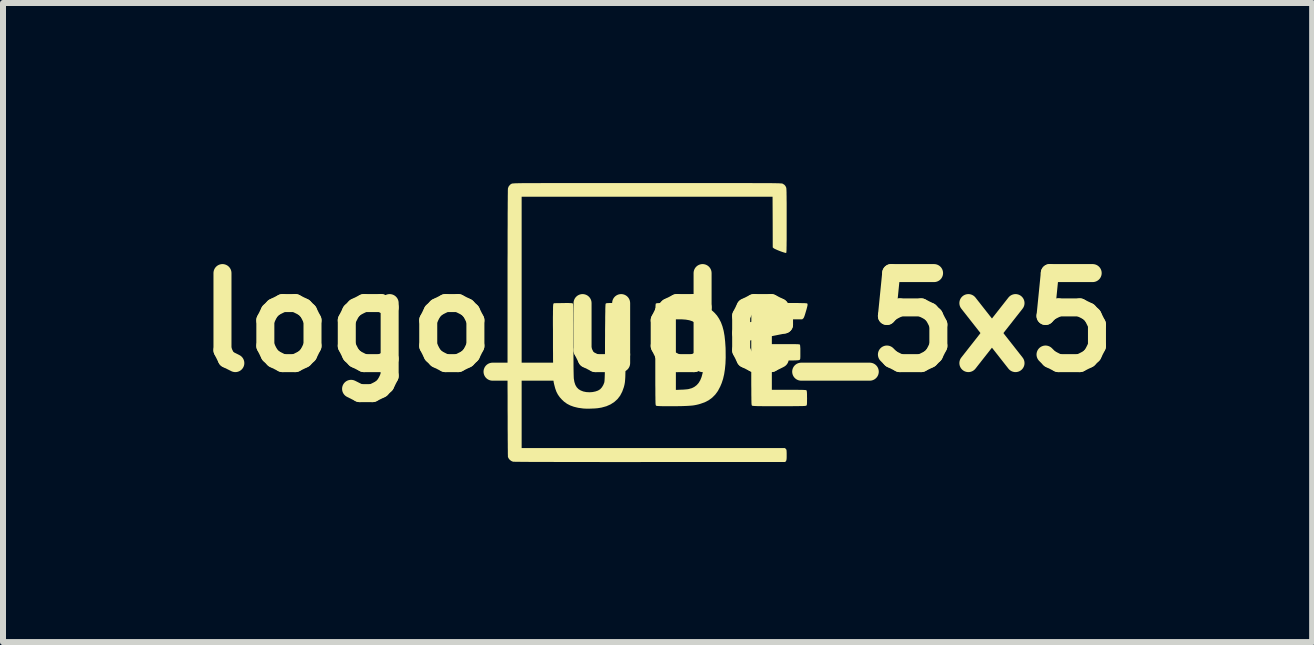
<source format=kicad_pcb>
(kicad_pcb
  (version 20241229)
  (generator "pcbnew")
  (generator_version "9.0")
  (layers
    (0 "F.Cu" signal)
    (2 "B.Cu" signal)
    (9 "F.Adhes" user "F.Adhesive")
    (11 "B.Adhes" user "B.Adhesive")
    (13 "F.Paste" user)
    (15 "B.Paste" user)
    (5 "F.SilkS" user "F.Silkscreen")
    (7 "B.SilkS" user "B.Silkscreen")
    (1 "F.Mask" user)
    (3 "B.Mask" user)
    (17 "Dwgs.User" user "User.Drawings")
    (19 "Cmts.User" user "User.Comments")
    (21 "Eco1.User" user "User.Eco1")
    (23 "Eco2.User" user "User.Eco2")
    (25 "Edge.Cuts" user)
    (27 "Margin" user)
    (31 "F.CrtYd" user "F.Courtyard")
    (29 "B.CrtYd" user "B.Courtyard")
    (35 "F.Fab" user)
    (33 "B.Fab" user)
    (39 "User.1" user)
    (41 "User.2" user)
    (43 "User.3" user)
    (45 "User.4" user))
  (footprint "logo_ude_5x5"
    (layer "F.Cu")
    (at 7.907 2.322)
    (property "Reference" "logo_ude_5x5" (at 0 0 0) (layer "F.SilkS") (effects (font (size 1.5 1.5) (thickness 0.3))))
    (attr board_only exclude_from_pos_files exclude_from_bom)
    (fp_poly (pts (xy 0.309 -0.323) (xy 0.367 -0.323) (xy 0.421 -0.322) (xy 0.47 -0.321) (xy 0.512 -0.32) (xy 0.545 -0.319) (xy 0.568 -0.318) (xy 0.574 -0.317) (xy 0.66 -0.304) (xy 0.736 -0.286) (xy 0.802 -0.261) (xy 0.862 -0.23) (xy 0.914 -0.192) (xy 0.948 -0.161) (xy 0.99 -0.114) (xy 1.025 -0.061) (xy 1.056 -0.001) (xy 1.081 0.066) (xy 1.101 0.141) (xy 1.116 0.226) (xy 1.126 0.32) (xy 1.133 0.425) (xy 1.134 0.474) (xy 1.135 0.587) (xy 1.131 0.689) (xy 1.122 0.781) (xy 1.109 0.865) (xy 1.091 0.942) (xy 1.068 1.012) (xy 1.043 1.071) (xy 1.005 1.143) (xy 0.961 1.203) (xy 0.91 1.254) (xy 0.852 1.297) (xy 0.786 1.331) (xy 0.709 1.358) (xy 0.677 1.367) (xy 0.647 1.374) (xy 0.616 1.38) (xy 0.583 1.385) (xy 0.546 1.388) (xy 0.503 1.391) (xy 0.454 1.393) (xy 0.396 1.395) (xy 0.329 1.396) (xy 0.251 1.396) (xy 0.231 1.396) (xy 0.169 1.396) (xy 0.117 1.396) (xy 0.076 1.396) (xy 0.044 1.395) (xy 0.02 1.394) (xy 0.002 1.393) (xy -0.01 1.392) (xy -0.019 1.39) (xy -0.024 1.388) (xy -0.027 1.385) (xy -0.028 1.384) (xy -0.029 1.382) (xy -0.03 1.378) (xy -0.032 1.372) (xy -0.033 1.362) (xy -0.034 1.349) (xy -0.035 1.332) (xy -0.035 1.31) (xy -0.036 1.283) (xy -0.036 1.249) (xy -0.037 1.208) (xy -0.037 1.161) (xy -0.037 1.105) (xy -0.038 1.04) (xy -0.038 0.966) (xy -0.038 0.882) (xy -0.038 0.787) (xy -0.038 0.681) (xy -0.038 0.563) (xy -0.038 0.537) (xy 0.305 0.537) (xy 0.305 1.125) (xy 0.395 1.121) (xy 0.431 1.12) (xy 0.466 1.117) (xy 0.496 1.114) (xy 0.517 1.111) (xy 0.52 1.11) (xy 0.57 1.096) (xy 0.614 1.074) (xy 0.652 1.045) (xy 0.684 1.009) (xy 0.711 0.964) (xy 0.733 0.91) (xy 0.75 0.846) (xy 0.763 0.773) (xy 0.771 0.689) (xy 0.775 0.593) (xy 0.776 0.533) (xy 0.775 0.437) (xy 0.77 0.353) (xy 0.762 0.279) (xy 0.75 0.215) (xy 0.735 0.16) (xy 0.715 0.113) (xy 0.692 0.073) (xy 0.663 0.039) (xy 0.656 0.032) (xy 0.619 0.002) (xy 0.577 -0.02) (xy 0.528 -0.036) (xy 0.471 -0.046) (xy 0.404 -0.051) (xy 0.38 -0.051) (xy 0.305 -0.051) (xy 0.305 0.537) (xy -0.038 0.537) (xy -0.038 0.535) (xy -0.038 0.414) (xy -0.038 0.305) (xy -0.038 0.207) (xy -0.038 0.12) (xy -0.038 0.044) (xy -0.037 -0.023) (xy -0.037 -0.081) (xy -0.037 -0.131) (xy -0.036 -0.173) (xy -0.036 -0.208) (xy -0.035 -0.237) (xy -0.035 -0.26) (xy -0.034 -0.278) (xy -0.033 -0.292) (xy -0.032 -0.302) (xy -0.031 -0.308) (xy -0.029 -0.312) (xy -0.028 -0.314) (xy -0.024 -0.316) (xy -0.018 -0.318) (xy -0.008 -0.32) (xy 0.008 -0.321) (xy 0.029 -0.322) (xy 0.058 -0.323) (xy 0.095 -0.323) (xy 0.142 -0.323) (xy 0.199 -0.324) (xy 0.25 -0.324)) (stroke (width 0) (type solid)) (fill yes) (layer "F.SilkS"))
    (fp_poly (pts (xy 2.125 -0.324) (xy 2.205 -0.323) (xy 2.273 -0.323) (xy 2.331 -0.323) (xy 2.379 -0.322) (xy 2.417 -0.321) (xy 2.447 -0.321) (xy 2.469 -0.319) (xy 2.483 -0.318) (xy 2.491 -0.317) (xy 2.492 -0.316) (xy 2.497 -0.31) (xy 2.499 -0.302) (xy 2.499 -0.29) (xy 2.496 -0.273) (xy 2.49 -0.248) (xy 2.481 -0.214) (xy 2.471 -0.181) (xy 2.459 -0.14) (xy 2.449 -0.109) (xy 2.441 -0.088) (xy 2.434 -0.074) (xy 2.427 -0.065) (xy 2.426 -0.065) (xy 2.41 -0.051) (xy 2.157 -0.051) (xy 1.904 -0.051) (xy 1.904 0.155) (xy 1.904 0.362) (xy 2.135 0.362) (xy 2.195 0.362) (xy 2.244 0.362) (xy 2.283 0.362) (xy 2.313 0.363) (xy 2.335 0.363) (xy 2.35 0.365) (xy 2.361 0.366) (xy 2.367 0.368) (xy 2.371 0.371) (xy 2.373 0.374) (xy 2.373 0.374) (xy 2.375 0.385) (xy 2.377 0.406) (xy 2.379 0.436) (xy 2.379 0.474) (xy 2.379 0.5) (xy 2.379 0.541) (xy 2.379 0.571) (xy 2.378 0.592) (xy 2.377 0.606) (xy 2.374 0.615) (xy 2.371 0.62) (xy 2.366 0.624) (xy 2.365 0.625) (xy 2.36 0.627) (xy 2.352 0.629) (xy 2.339 0.631) (xy 2.321 0.632) (xy 2.297 0.633) (xy 2.264 0.634) (xy 2.222 0.634) (xy 2.169 0.634) (xy 2.127 0.635) (xy 1.904 0.635) (xy 1.904 0.879) (xy 1.904 1.123) (xy 2.188 1.123) (xy 2.256 1.123) (xy 2.313 1.123) (xy 2.359 1.124) (xy 2.395 1.124) (xy 2.424 1.125) (xy 2.445 1.126) (xy 2.46 1.127) (xy 2.471 1.128) (xy 2.477 1.13) (xy 2.481 1.133) (xy 2.482 1.134) (xy 2.485 1.141) (xy 2.487 1.154) (xy 2.489 1.174) (xy 2.49 1.204) (xy 2.49 1.245) (xy 2.491 1.261) (xy 2.49 1.302) (xy 2.49 1.333) (xy 2.489 1.355) (xy 2.488 1.369) (xy 2.485 1.378) (xy 2.482 1.384) (xy 2.478 1.387) (xy 2.474 1.389) (xy 2.467 1.39) (xy 2.455 1.392) (xy 2.438 1.393) (xy 2.415 1.394) (xy 2.385 1.394) (xy 2.347 1.395) (xy 2.301 1.395) (xy 2.246 1.396) (xy 2.18 1.396) (xy 2.103 1.396) (xy 2.024 1.396) (xy 1.938 1.396) (xy 1.864 1.396) (xy 1.801 1.396) (xy 1.748 1.396) (xy 1.704 1.395) (xy 1.669 1.395) (xy 1.64 1.394) (xy 1.618 1.393) (xy 1.602 1.392) (xy 1.59 1.391) (xy 1.582 1.39) (xy 1.577 1.388) (xy 1.573 1.386) (xy 1.571 1.384) (xy 1.57 1.382) (xy 1.569 1.378) (xy 1.567 1.372) (xy 1.566 1.362) (xy 1.565 1.349) (xy 1.564 1.332) (xy 1.564 1.31) (xy 1.563 1.283) (xy 1.563 1.249) (xy 1.562 1.208) (xy 1.562 1.161) (xy 1.562 1.105) (xy 1.561 1.04) (xy 1.561 0.966) (xy 1.561 0.882) (xy 1.561 0.787) (xy 1.561 0.681) (xy 1.561 0.563) (xy 1.561 0.535) (xy 1.561 0.414) (xy 1.561 0.305) (xy 1.561 0.207) (xy 1.561 0.12) (xy 1.561 0.044) (xy 1.562 -0.023) (xy 1.562 -0.081) (xy 1.562 -0.131) (xy 1.563 -0.173) (xy 1.563 -0.208) (xy 1.564 -0.237) (xy 1.564 -0.26) (xy 1.565 -0.278) (xy 1.566 -0.292) (xy 1.567 -0.302) (xy 1.568 -0.308) (xy 1.57 -0.312) (xy 1.571 -0.314) (xy 1.574 -0.316) (xy 1.579 -0.317) (xy 1.588 -0.319) (xy 1.6 -0.32) (xy 1.618 -0.321) (xy 1.642 -0.322) (xy 1.672 -0.322) (xy 1.71 -0.323) (xy 1.756 -0.323) (xy 1.811 -0.323) (xy 1.877 -0.324) (xy 1.954 -0.324) (xy 2.033 -0.324)) (stroke (width 0) (type solid)) (fill yes) (layer "F.SilkS"))
    (fp_poly (pts (xy -0.655 -0.324) (xy -0.618 -0.323) (xy -0.59 -0.322) (xy -0.57 -0.321) (xy -0.556 -0.319) (xy -0.548 -0.317) (xy -0.543 -0.314) (xy -0.543 -0.314) (xy -0.541 -0.311) (xy -0.54 -0.306) (xy -0.539 -0.298) (xy -0.537 -0.287) (xy -0.536 -0.271) (xy -0.536 -0.25) (xy -0.535 -0.222) (xy -0.534 -0.189) (xy -0.534 -0.147) (xy -0.534 -0.098) (xy -0.533 -0.039) (xy -0.533 0.029) (xy -0.533 0.107) (xy -0.533 0.197) (xy -0.533 0.299) (xy -0.533 0.303) (xy -0.533 0.411) (xy -0.533 0.507) (xy -0.533 0.591) (xy -0.534 0.666) (xy -0.534 0.731) (xy -0.535 0.787) (xy -0.536 0.836) (xy -0.537 0.878) (xy -0.538 0.913) (xy -0.54 0.944) (xy -0.542 0.97) (xy -0.544 0.993) (xy -0.547 1.012) (xy -0.55 1.03) (xy -0.554 1.047) (xy -0.558 1.064) (xy -0.562 1.079) (xy -0.589 1.154) (xy -0.624 1.221) (xy -0.668 1.278) (xy -0.721 1.326) (xy -0.783 1.366) (xy -0.853 1.397) (xy -0.933 1.419) (xy -0.962 1.424) (xy -1 1.43) (xy -1.046 1.434) (xy -1.097 1.436) (xy -1.148 1.438) (xy -1.196 1.437) (xy -1.236 1.435) (xy -1.244 1.434) (xy -1.324 1.423) (xy -1.394 1.406) (xy -1.455 1.384) (xy -1.509 1.356) (xy -1.559 1.32) (xy -1.593 1.288) (xy -1.63 1.247) (xy -1.661 1.203) (xy -1.686 1.155) (xy -1.706 1.099) (xy -1.723 1.034) (xy -1.73 1.003) (xy -1.732 0.992) (xy -1.733 0.981) (xy -1.735 0.967) (xy -1.736 0.949) (xy -1.737 0.928) (xy -1.738 0.902) (xy -1.739 0.87) (xy -1.74 0.832) (xy -1.74 0.786) (xy -1.741 0.733) (xy -1.741 0.671) (xy -1.742 0.599) (xy -1.742 0.517) (xy -1.743 0.424) (xy -1.743 0.33) (xy -1.743 0.224) (xy -1.743 0.13) (xy -1.744 0.047) (xy -1.744 -0.025) (xy -1.744 -0.087) (xy -1.743 -0.14) (xy -1.743 -0.184) (xy -1.742 -0.22) (xy -1.742 -0.249) (xy -1.741 -0.271) (xy -1.74 -0.287) (xy -1.739 -0.297) (xy -1.737 -0.304) (xy -1.737 -0.305) (xy -1.729 -0.32) (xy -1.576 -0.322) (xy -1.527 -0.323) (xy -1.489 -0.323) (xy -1.461 -0.322) (xy -1.441 -0.321) (xy -1.427 -0.32) (xy -1.419 -0.318) (xy -1.413 -0.315) (xy -1.412 -0.314) (xy -1.411 -0.311) (xy -1.409 -0.306) (xy -1.408 -0.299) (xy -1.407 -0.287) (xy -1.406 -0.272) (xy -1.405 -0.251) (xy -1.404 -0.224) (xy -1.404 -0.19) (xy -1.403 -0.149) (xy -1.403 -0.1) (xy -1.403 -0.042) (xy -1.402 0.026) (xy -1.402 0.104) (xy -1.402 0.194) (xy -1.402 0.288) (xy -1.402 0.387) (xy -1.402 0.481) (xy -1.402 0.568) (xy -1.401 0.647) (xy -1.401 0.719) (xy -1.4 0.781) (xy -1.399 0.835) (xy -1.398 0.878) (xy -1.397 0.91) (xy -1.396 0.93) (xy -1.396 0.934) (xy -1.386 0.993) (xy -1.37 1.042) (xy -1.347 1.081) (xy -1.317 1.112) (xy -1.281 1.134) (xy -1.238 1.151) (xy -1.189 1.161) (xy -1.137 1.164) (xy -1.085 1.161) (xy -1.036 1.151) (xy -0.993 1.136) (xy -0.957 1.114) (xy -0.955 1.112) (xy -0.928 1.082) (xy -0.905 1.044) (xy -0.893 1.014) (xy -0.89 1.007) (xy -0.888 1) (xy -0.887 0.993) (xy -0.885 0.983) (xy -0.884 0.972) (xy -0.883 0.957) (xy -0.882 0.938) (xy -0.881 0.914) (xy -0.88 0.885) (xy -0.879 0.849) (xy -0.879 0.806) (xy -0.878 0.756) (xy -0.878 0.697) (xy -0.877 0.628) (xy -0.877 0.549) (xy -0.876 0.459) (xy -0.876 0.358) (xy -0.876 0.336) (xy -0.875 0.229) (xy -0.875 0.134) (xy -0.874 0.051) (xy -0.873 -0.022) (xy -0.873 -0.085) (xy -0.872 -0.138) (xy -0.871 -0.183) (xy -0.871 -0.22) (xy -0.87 -0.25) (xy -0.869 -0.273) (xy -0.868 -0.29) (xy -0.867 -0.302) (xy -0.865 -0.309) (xy -0.864 -0.313) (xy -0.864 -0.313) (xy -0.86 -0.316) (xy -0.853 -0.319) (xy -0.841 -0.321) (xy -0.824 -0.322) (xy -0.799 -0.323) (xy -0.765 -0.323) (xy -0.721 -0.324) (xy -0.704 -0.324)) (stroke (width 0) (type solid)) (fill yes) (layer "F.SilkS"))
    (fp_poly (pts (xy 0.028 -2.322) (xy 0.216 -2.322) (xy 0.391 -2.322) (xy 0.556 -2.322) (xy 0.709 -2.322) (xy 0.852 -2.322) (xy 0.984 -2.322) (xy 1.106 -2.322) (xy 1.219 -2.322) (xy 1.322 -2.322) (xy 1.417 -2.322) (xy 1.504 -2.322) (xy 1.582 -2.321) (xy 1.653 -2.321) (xy 1.717 -2.321) (xy 1.774 -2.321) (xy 1.825 -2.32) (xy 1.87 -2.32) (xy 1.909 -2.32) (xy 1.942 -2.319) (xy 1.972 -2.319) (xy 1.996 -2.318) (xy 2.017 -2.318) (xy 2.034 -2.317) (xy 2.048 -2.316) (xy 2.059 -2.316) (xy 2.067 -2.315) (xy 2.074 -2.314) (xy 2.078 -2.313) (xy 2.082 -2.312) (xy 2.085 -2.311) (xy 2.086 -2.31) (xy 2.113 -2.293) (xy 2.131 -2.272) (xy 2.141 -2.251) (xy 2.143 -2.246) (xy 2.145 -2.238) (xy 2.146 -2.227) (xy 2.147 -2.211) (xy 2.148 -2.191) (xy 2.149 -2.166) (xy 2.149 -2.134) (xy 2.15 -2.094) (xy 2.15 -2.047) (xy 2.151 -1.99) (xy 2.151 -1.924) (xy 2.151 -1.847) (xy 2.151 -1.759) (xy 2.151 -1.694) (xy 2.151 -1.599) (xy 2.151 -1.515) (xy 2.151 -1.443) (xy 2.151 -1.381) (xy 2.15 -1.328) (xy 2.15 -1.284) (xy 2.149 -1.249) (xy 2.149 -1.22) (xy 2.148 -1.198) (xy 2.147 -1.182) (xy 2.146 -1.17) (xy 2.145 -1.163) (xy 2.143 -1.159) (xy 2.141 -1.157) (xy 2.132 -1.158) (xy 2.113 -1.163) (xy 2.087 -1.171) (xy 2.058 -1.181) (xy 2.027 -1.193) (xy 1.997 -1.205) (xy 1.97 -1.217) (xy 1.949 -1.227) (xy 1.936 -1.234) (xy 1.936 -1.235) (xy 1.919 -1.249) (xy 1.918 -1.671) (xy 1.916 -2.094) (xy -0.175 -2.094) (xy -2.265 -2.094) (xy -2.265 0) (xy -2.265 2.094) (xy -0.071 2.094) (xy 2.123 2.094) (xy 2.137 2.109) (xy 2.143 2.115) (xy 2.147 2.124) (xy 2.149 2.135) (xy 2.15 2.153) (xy 2.151 2.179) (xy 2.151 2.209) (xy 2.151 2.245) (xy 2.15 2.27) (xy 2.148 2.287) (xy 2.146 2.299) (xy 2.141 2.307) (xy 2.139 2.311) (xy 2.127 2.326) (xy -0.128 2.326) (xy -0.339 2.327) (xy -0.54 2.327) (xy -0.733 2.327) (xy -0.916 2.327) (xy -1.089 2.326) (xy -1.253 2.326) (xy -1.407 2.326) (xy -1.551 2.326) (xy -1.684 2.326) (xy -1.807 2.325) (xy -1.919 2.325) (xy -2.02 2.325) (xy -2.11 2.325) (xy -2.188 2.324) (xy -2.255 2.324) (xy -2.31 2.323) (xy -2.354 2.323) (xy -2.385 2.322) (xy -2.404 2.322) (xy -2.41 2.321) (xy -2.438 2.309) (xy -2.464 2.289) (xy -2.484 2.263) (xy -2.493 2.243) (xy -2.494 2.234) (xy -2.494 2.214) (xy -2.495 2.181) (xy -2.495 2.138) (xy -2.496 2.084) (xy -2.496 2.021) (xy -2.497 1.948) (xy -2.497 1.866) (xy -2.498 1.776) (xy -2.498 1.678) (xy -2.498 1.573) (xy -2.499 1.462) (xy -2.499 1.344) (xy -2.499 1.222) (xy -2.5 1.094) (xy -2.5 0.962) (xy -2.5 0.826) (xy -2.5 0.687) (xy -2.5 0.546) (xy -2.5 0.402) (xy -2.5 0.257) (xy -2.5 0.111) (xy -2.5 -0.036) (xy -2.5 -0.182) (xy -2.5 -0.328) (xy -2.5 -0.472) (xy -2.5 -0.615) (xy -2.5 -0.755) (xy -2.5 -0.892) (xy -2.5 -1.026) (xy -2.499 -1.156) (xy -2.499 -1.281) (xy -2.499 -1.401) (xy -2.499 -1.515) (xy -2.498 -1.623) (xy -2.498 -1.724) (xy -2.498 -1.818) (xy -2.497 -1.904) (xy -2.497 -1.981) (xy -2.496 -2.049) (xy -2.496 -2.107) (xy -2.495 -2.156) (xy -2.495 -2.193) (xy -2.494 -2.219) (xy -2.493 -2.234) (xy -2.493 -2.236) (xy -2.478 -2.271) (xy -2.453 -2.298) (xy -2.433 -2.31) (xy -2.431 -2.311) (xy -2.428 -2.312) (xy -2.425 -2.313) (xy -2.42 -2.314) (xy -2.414 -2.315) (xy -2.406 -2.315) (xy -2.396 -2.316) (xy -2.383 -2.317) (xy -2.366 -2.318) (xy -2.347 -2.318) (xy -2.323 -2.319) (xy -2.296 -2.319) (xy -2.263 -2.32) (xy -2.226 -2.32) (xy -2.183 -2.32) (xy -2.134 -2.321) (xy -2.079 -2.321) (xy -2.017 -2.321) (xy -1.948 -2.321) (xy -1.872 -2.322) (xy -1.788 -2.322) (xy -1.696 -2.322) (xy -1.595 -2.322) (xy -1.485 -2.322) (xy -1.366 -2.322) (xy -1.236 -2.322) (xy -1.097 -2.322) (xy -0.947 -2.322) (xy -0.786 -2.322) (xy -0.614 -2.322) (xy -0.43 -2.322) (xy -0.234 -2.322) (xy -0.172 -2.322)) (stroke (width 0) (type solid)) (fill yes) (layer "F.SilkS")))
  (gr_rect
    (start -3 -3)
    (end 18.814 7.649)
    (stroke (width 0.1) (type default))
    (fill no)
    (layer "Edge.Cuts")))
</source>
